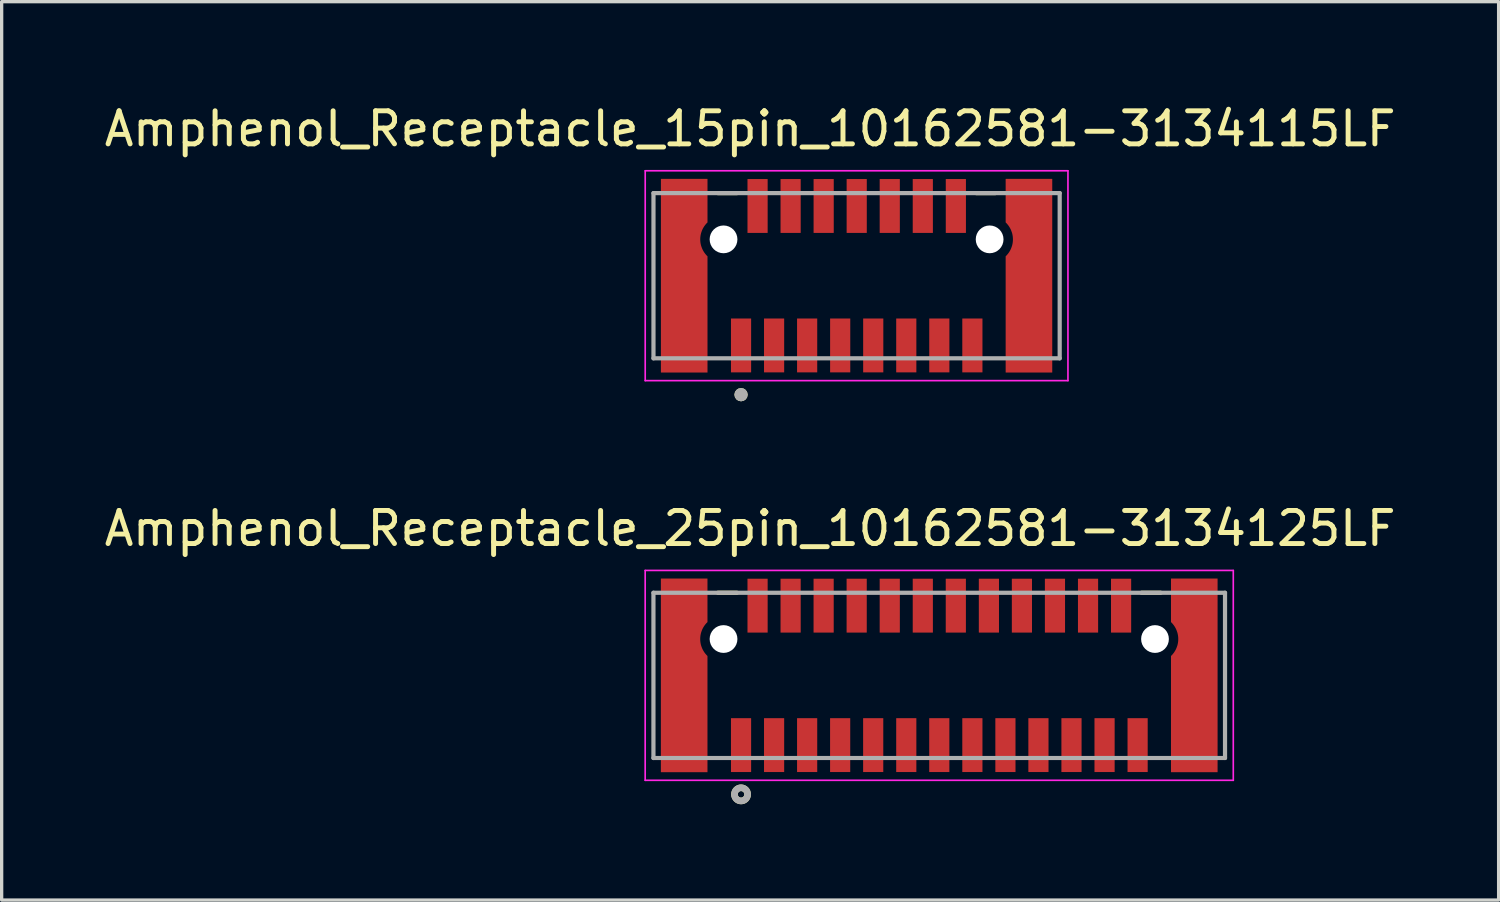
<source format=kicad_pcb>
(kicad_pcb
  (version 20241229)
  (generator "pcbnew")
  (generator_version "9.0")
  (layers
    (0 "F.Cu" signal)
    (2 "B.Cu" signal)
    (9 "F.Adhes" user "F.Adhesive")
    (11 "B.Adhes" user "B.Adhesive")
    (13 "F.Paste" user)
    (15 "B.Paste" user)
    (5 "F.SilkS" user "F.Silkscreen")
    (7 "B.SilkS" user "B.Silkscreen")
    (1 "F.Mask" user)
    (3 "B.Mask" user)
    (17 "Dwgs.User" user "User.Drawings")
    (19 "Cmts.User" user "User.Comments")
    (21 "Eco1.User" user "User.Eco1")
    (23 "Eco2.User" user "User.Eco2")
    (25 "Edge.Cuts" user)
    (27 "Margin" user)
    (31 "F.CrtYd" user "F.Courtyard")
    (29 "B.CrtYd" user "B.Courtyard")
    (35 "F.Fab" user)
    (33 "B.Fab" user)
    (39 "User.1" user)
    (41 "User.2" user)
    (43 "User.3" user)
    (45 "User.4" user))
  (footprint "Amphenol_Receptacle_25pin_10162581-3134125LF"
    (layer "F.Cu")
    (at 25.382 17.387)
    (property "Reference" "Amphenol_Receptacle_25pin_10162581-3134125LF" (at -5.734 -4.445 0) (layer "F.SilkS") (effects (font (size 1 1) (thickness 0.15))))
    (attr smd)
    (fp_poly (pts (xy -8.528 3.025) (xy -8.528 -3.025) (xy -6.928 -3.025) (xy -6.928 -1.566) (xy -6.955 -1.542) (xy -6.981 -1.517) (xy -7.003 -1.491) (xy -7.026 -1.463) (xy -7.046 -1.434) (xy -7.064 -1.403) (xy -7.082 -1.372) (xy -7.096 -1.34) (xy -7.109 -1.307) (xy -7.122 -1.273) (xy -7.13 -1.239) (xy -7.138 -1.204) (xy -7.143 -1.169) (xy -7.146 -1.134) (xy -7.146 -1.098) (xy -7.146 -1.062) (xy -7.143 -1.027) (xy -7.138 -0.992) (xy -7.13 -0.957) (xy -7.122 -0.923) (xy -7.109 -0.889) (xy -7.096 -0.856) (xy -7.082 -0.824) (xy -7.064 -0.793) (xy -7.046 -0.762) (xy -7.026 -0.733) (xy -7.003 -0.705) (xy -6.981 -0.679) (xy -6.955 -0.654) (xy -6.928 -0.63) (xy -6.928 3.025) (xy -8.528 3.025)) (stroke (width 0.01) (type solid)) (fill yes) (layer "F.Mask"))
    (fp_poly (pts (xy 6.907 -1.566) (xy 6.907 -3.025) (xy 8.508 -3.025) (xy 8.508 3.025) (xy 6.907 3.025) (xy 6.907 -0.63) (xy 6.934 -0.654) (xy 6.96 -0.679) (xy 6.982 -0.705) (xy 7.005 -0.733) (xy 7.026 -0.762) (xy 7.043 -0.793) (xy 7.061 -0.824) (xy 7.075 -0.856) (xy 7.088 -0.889) (xy 7.101 -0.923) (xy 7.109 -0.957) (xy 7.117 -0.992) (xy 7.122 -1.027) (xy 7.125 -1.062) (xy 7.125 -1.098) (xy 7.125 -1.134) (xy 7.122 -1.169) (xy 7.117 -1.204) (xy 7.109 -1.239) (xy 7.101 -1.273) (xy 7.088 -1.307) (xy 7.075 -1.34) (xy 7.061 -1.372) (xy 7.043 -1.403) (xy 7.026 -1.434) (xy 7.005 -1.463) (xy 6.982 -1.491) (xy 6.96 -1.517) (xy 6.934 -1.542) (xy 6.907 -1.566)) (stroke (width 0.01) (type solid)) (fill yes) (layer "F.Mask"))
    (fp_line (start -6.708 -2.5) (end -6.133 -2.5) (stroke (width 0.127) (type solid)) (layer "F.SilkS"))
    (fp_line (start 6.112 -2.5) (end 6.688 -2.5) (stroke (width 0.127) (type solid)) (layer "F.SilkS"))
    (fp_circle (center -6.008 3.6) (end -5.909 3.6) (stroke (width 0.2) (type solid)) (fill no) (layer "F.SilkS"))
    (fp_poly (pts (xy -8.428 -2.925) (xy -7.538 -2.925) (xy -7.538 2.925) (xy -8.428 2.925)) (stroke (width 0.01) (type solid)) (fill yes) (layer "F.Paste"))
    (fp_poly (pts (xy -6.263 1.405) (xy -5.753 1.405) (xy -5.753 2.925) (xy -6.263 2.925)) (stroke (width 0.01) (type solid)) (fill yes) (layer "F.Paste"))
    (fp_poly (pts (xy -5.763 -2.925) (xy -5.253 -2.925) (xy -5.253 -1.405) (xy -5.763 -1.405)) (stroke (width 0.01) (type solid)) (fill yes) (layer "F.Paste"))
    (fp_poly (pts (xy -5.263 1.405) (xy -4.753 1.405) (xy -4.753 2.925) (xy -5.263 2.925)) (stroke (width 0.01) (type solid)) (fill yes) (layer "F.Paste"))
    (fp_poly (pts (xy -4.763 -2.925) (xy -4.253 -2.925) (xy -4.253 -1.405) (xy -4.763 -1.405)) (stroke (width 0.01) (type solid)) (fill yes) (layer "F.Paste"))
    (fp_poly (pts (xy -4.263 1.405) (xy -3.753 1.405) (xy -3.753 2.925) (xy -4.263 2.925)) (stroke (width 0.01) (type solid)) (fill yes) (layer "F.Paste"))
    (fp_poly (pts (xy -3.764 -2.925) (xy -3.253 -2.925) (xy -3.253 -1.405) (xy -3.764 -1.405)) (stroke (width 0.01) (type solid)) (fill yes) (layer "F.Paste"))
    (fp_poly (pts (xy -3.264 1.405) (xy -2.753 1.405) (xy -2.753 2.925) (xy -3.264 2.925)) (stroke (width 0.01) (type solid)) (fill yes) (layer "F.Paste"))
    (fp_poly (pts (xy -2.764 -2.925) (xy -2.253 -2.925) (xy -2.253 -1.405) (xy -2.764 -1.405)) (stroke (width 0.01) (type solid)) (fill yes) (layer "F.Paste"))
    (fp_poly (pts (xy -2.264 1.405) (xy -1.754 1.405) (xy -1.754 2.925) (xy -2.264 2.925)) (stroke (width 0.01) (type solid)) (fill yes) (layer "F.Paste"))
    (fp_poly (pts (xy -1.764 -2.925) (xy -1.254 -2.925) (xy -1.254 -1.405) (xy -1.764 -1.405)) (stroke (width 0.01) (type solid)) (fill yes) (layer "F.Paste"))
    (fp_poly (pts (xy -1.264 1.405) (xy -0.753 1.405) (xy -0.753 2.925) (xy -1.264 2.925)) (stroke (width 0.01) (type solid)) (fill yes) (layer "F.Paste"))
    (fp_poly (pts (xy -0.763 -2.925) (xy -0.254 -2.925) (xy -0.254 -1.405) (xy -0.763 -1.405)) (stroke (width 0.01) (type solid)) (fill yes) (layer "F.Paste"))
    (fp_poly (pts (xy -0.264 1.405) (xy 0.246 1.405) (xy 0.246 2.925) (xy -0.264 2.925)) (stroke (width 0.01) (type solid)) (fill yes) (layer "F.Paste"))
    (fp_poly (pts (xy 0.236 -2.925) (xy 0.747 -2.925) (xy 0.747 -1.405) (xy 0.236 -1.405)) (stroke (width 0.01) (type solid)) (fill yes) (layer "F.Paste"))
    (fp_poly (pts (xy 0.737 1.405) (xy 1.246 1.405) (xy 1.246 2.925) (xy 0.737 2.925)) (stroke (width 0.01) (type solid)) (fill yes) (layer "F.Paste"))
    (fp_poly (pts (xy 1.236 -2.925) (xy 1.746 -2.925) (xy 1.746 -1.405) (xy 1.236 -1.405)) (stroke (width 0.01) (type solid)) (fill yes) (layer "F.Paste"))
    (fp_poly (pts (xy 1.736 1.405) (xy 2.247 1.405) (xy 2.247 2.925) (xy 1.736 2.925)) (stroke (width 0.01) (type solid)) (fill yes) (layer "F.Paste"))
    (fp_poly (pts (xy 2.236 -2.925) (xy 2.747 -2.925) (xy 2.747 -1.405) (xy 2.236 -1.405)) (stroke (width 0.01) (type solid)) (fill yes) (layer "F.Paste"))
    (fp_poly (pts (xy 2.736 1.405) (xy 3.247 1.405) (xy 3.247 2.925) (xy 2.736 2.925)) (stroke (width 0.01) (type solid)) (fill yes) (layer "F.Paste"))
    (fp_poly (pts (xy 3.236 -2.925) (xy 3.747 -2.925) (xy 3.747 -1.405) (xy 3.236 -1.405)) (stroke (width 0.01) (type solid)) (fill yes) (layer "F.Paste"))
    (fp_poly (pts (xy 3.736 1.405) (xy 4.247 1.405) (xy 4.247 2.925) (xy 3.736 2.925)) (stroke (width 0.01) (type solid)) (fill yes) (layer "F.Paste"))
    (fp_poly (pts (xy 4.237 -2.925) (xy 4.747 -2.925) (xy 4.747 -1.405) (xy 4.237 -1.405)) (stroke (width 0.01) (type solid)) (fill yes) (layer "F.Paste"))
    (fp_poly (pts (xy 4.737 1.405) (xy 5.247 1.405) (xy 5.247 2.925) (xy 4.737 2.925)) (stroke (width 0.01) (type solid)) (fill yes) (layer "F.Paste"))
    (fp_poly (pts (xy 5.237 -2.925) (xy 5.747 -2.925) (xy 5.747 -1.405) (xy 5.237 -1.405)) (stroke (width 0.01) (type solid)) (fill yes) (layer "F.Paste"))
    (fp_poly (pts (xy 5.737 1.405) (xy 6.247 1.405) (xy 6.247 2.925) (xy 5.737 2.925)) (stroke (width 0.01) (type solid)) (fill yes) (layer "F.Paste"))
    (fp_poly (pts (xy 7.518 -2.925) (xy 8.408 -2.925) (xy 8.408 2.925) (xy 7.518 2.925)) (stroke (width 0.01) (type solid)) (fill yes) (layer "F.Paste"))
    (fp_line (start -8.909 -3.175) (end 8.887 -3.175) (stroke (width 0.05) (type solid)) (layer "F.CrtYd"))
    (fp_line (start -8.909 3.175) (end -8.909 -3.175) (stroke (width 0.05) (type solid)) (layer "F.CrtYd"))
    (fp_line (start 8.887 -3.175) (end 8.887 3.175) (stroke (width 0.05) (type solid)) (layer "F.CrtYd"))
    (fp_line (start 8.887 3.175) (end -8.909 3.175) (stroke (width 0.05) (type solid)) (layer "F.CrtYd"))
    (fp_line (start -8.659 -2.5) (end -8.659 2.5) (stroke (width 0.127) (type solid)) (layer "F.Fab"))
    (fp_line (start -8.659 2.5) (end 8.637 2.5) (stroke (width 0.127) (type solid)) (layer "F.Fab"))
    (fp_line (start 8.637 -2.5) (end -8.659 -2.5) (stroke (width 0.127) (type solid)) (layer "F.Fab"))
    (fp_line (start 8.637 2.5) (end 8.637 -2.5) (stroke (width 0.127) (type solid)) (layer "F.Fab"))
    (fp_circle (center -6.008 3.6) (end -5.909 3.6) (stroke (width 0.2) (type solid)) (fill no) (layer "F.Fab"))
    (pad "" np_thru_hole circle (at -6.538 -1.1) (size 0.84 0.84) (drill 0.84) (layers "*.Cu" "*.Mask"))
    (pad "" np_thru_hole circle (at 6.518 -1.1) (size 0.84 0.84) (drill 0.84) (layers "*.Cu" "*.Mask"))
    (pad "1" smd rect (at -6.008 2.11) (size 0.61 1.63) (layers "F.Cu" "F.Mask"))
    (pad "2" smd rect (at -5.008 2.11) (size 0.61 1.63) (layers "F.Cu" "F.Mask"))
    (pad "3" smd rect (at -4.008 2.11) (size 0.61 1.63) (layers "F.Cu" "F.Mask"))
    (pad "4" smd rect (at -3.009 2.11) (size 0.61 1.63) (layers "F.Cu" "F.Mask"))
    (pad "5" smd rect (at -2.009 2.11) (size 0.61 1.63) (layers "F.Cu" "F.Mask"))
    (pad "6" smd rect (at -1.008 2.11) (size 0.61 1.63) (layers "F.Cu" "F.Mask"))
    (pad "7" smd rect (at -0.009 2.11) (size 0.61 1.63) (layers "F.Cu" "F.Mask"))
    (pad "8" smd rect (at 0.992 2.11) (size 0.61 1.63) (layers "F.Cu" "F.Mask"))
    (pad "9" smd rect (at 1.992 2.11) (size 0.61 1.63) (layers "F.Cu" "F.Mask"))
    (pad "10" smd rect (at 2.991 2.11) (size 0.61 1.63) (layers "F.Cu" "F.Mask"))
    (pad "11" smd rect (at 3.991 2.11) (size 0.61 1.63) (layers "F.Cu" "F.Mask"))
    (pad "12" smd rect (at 4.992 2.11) (size 0.61 1.63) (layers "F.Cu" "F.Mask"))
    (pad "13" smd rect (at 5.992 2.11) (size 0.61 1.63) (layers "F.Cu" "F.Mask"))
    (pad "14" smd rect (at -5.508 -2.11) (size 0.61 1.63) (layers "F.Cu" "F.Mask"))
    (pad "15" smd rect (at -4.508 -2.11) (size 0.61 1.63) (layers "F.Cu" "F.Mask"))
    (pad "16" smd rect (at -3.509 -2.11) (size 0.61 1.63) (layers "F.Cu" "F.Mask"))
    (pad "17" smd rect (at -2.509 -2.11) (size 0.61 1.63) (layers "F.Cu" "F.Mask"))
    (pad "18" smd rect (at -1.508 -2.11) (size 0.61 1.63) (layers "F.Cu" "F.Mask"))
    (pad "19" smd rect (at -0.508 -2.11) (size 0.61 1.63) (layers "F.Cu" "F.Mask"))
    (pad "20" smd rect (at 0.491 -2.11) (size 0.61 1.63) (layers "F.Cu" "F.Mask"))
    (pad "21" smd rect (at 1.492 -2.11) (size 0.61 1.63) (layers "F.Cu" "F.Mask"))
    (pad "22" smd rect (at 2.491 -2.11) (size 0.61 1.63) (layers "F.Cu" "F.Mask"))
    (pad "23" smd rect (at 3.491 -2.11) (size 0.61 1.63) (layers "F.Cu" "F.Mask"))
    (pad "24" smd rect (at 4.492 -2.11) (size 0.61 1.63) (layers "F.Cu" "F.Mask"))
    (pad "25" smd rect (at 5.492 -2.11) (size 0.61 1.63) (layers "F.Cu" "F.Mask"))
    (pad "S1" smd custom (at -7.729 0) (size 0.8 0.8) (layers "F.Cu") (options (anchor rect)) (primitives (gr_poly (pts (xy 0.7 -2.925) (xy -0.7 -2.925) (xy -0.7 2.925) (xy 0.7 2.925) (xy 0.7 -0.585) (xy 0.671 -0.614) (xy 0.646 -0.643) (xy 0.622 -0.673) (xy 0.6 -0.704) (xy 0.58 -0.736) (xy 0.561 -0.77) (xy 0.544 -0.804) (xy 0.53 -0.839) (xy 0.517 -0.875) (xy 0.505 -0.911) (xy 0.496 -0.949) (xy 0.489 -0.986) (xy 0.484 -1.024) (xy 0.481 -1.062) (xy 0.48 -1.1) (xy 0.481 -1.138) (xy 0.484 -1.176) (xy 0.489 -1.214) (xy 0.496 -1.251) (xy 0.505 -1.289) (xy 0.517 -1.325) (xy 0.53 -1.361) (xy 0.544 -1.396) (xy 0.561 -1.43) (xy 0.58 -1.464) (xy 0.6 -1.496) (xy 0.622 -1.527) (xy 0.646 -1.557) (xy 0.671 -1.586) (xy 0.7 -1.615) (xy 0.7 -2.925)) (width 0.01) (fill yes))))
    (pad "S2" smd custom (at 7.707 0) (size 0.8 0.8) (layers "F.Cu") (options (anchor rect)) (primitives (gr_poly (pts (xy 0.7 -2.925) (xy -0.7 -2.925) (xy -0.7 -1.615) (xy -0.671 -1.586) (xy -0.646 -1.557) (xy -0.622 -1.527) (xy -0.6 -1.496) (xy -0.58 -1.464) (xy -0.561 -1.43) (xy -0.544 -1.396) (xy -0.53 -1.361) (xy -0.517 -1.325) (xy -0.505 -1.289) (xy -0.496 -1.251) (xy -0.489 -1.214) (xy -0.484 -1.176) (xy -0.481 -1.138) (xy -0.48 -1.1) (xy -0.481 -1.062) (xy -0.484 -1.024) (xy -0.489 -0.986) (xy -0.496 -0.949) (xy -0.505 -0.911) (xy -0.517 -0.875) (xy -0.53 -0.839) (xy -0.544 -0.804) (xy -0.561 -0.77) (xy -0.58 -0.736) (xy -0.6 -0.704) (xy -0.622 -0.673) (xy -0.646 -0.643) (xy -0.671 -0.614) (xy -0.7 -0.585) (xy -0.7 2.925) (xy 0.7 2.925) (xy 0.7 -2.925)) (width 0.01) (fill yes)))))
  (footprint "Amphenol_Receptacle_15pin_10162581-3134115LF"
    (layer "F.Cu")
    (at 22.874 5.293)
    (property "Reference" "Amphenol_Receptacle_15pin_10162581-3134115LF" (at -3.225 -4.445 0) (layer "F.SilkS") (effects (font (size 1 1) (thickness 0.15))))
    (attr smd)
    (fp_poly (pts (xy -6.02 3.025) (xy -6.02 -3.025) (xy -4.42 -3.025) (xy -4.42 -1.566) (xy -4.447 -1.542) (xy -4.472 -1.517) (xy -4.495 -1.491) (xy -4.517 -1.463) (xy -4.538 -1.434) (xy -4.556 -1.403) (xy -4.573 -1.372) (xy -4.588 -1.34) (xy -4.601 -1.307) (xy -4.613 -1.273) (xy -4.622 -1.239) (xy -4.629 -1.204) (xy -4.634 -1.169) (xy -4.637 -1.134) (xy -4.638 -1.098) (xy -4.637 -1.062) (xy -4.634 -1.027) (xy -4.629 -0.992) (xy -4.622 -0.957) (xy -4.613 -0.923) (xy -4.601 -0.889) (xy -4.588 -0.856) (xy -4.573 -0.824) (xy -4.556 -0.793) (xy -4.538 -0.762) (xy -4.517 -0.733) (xy -4.495 -0.705) (xy -4.472 -0.679) (xy -4.447 -0.654) (xy -4.42 -0.63) (xy -4.42 3.025) (xy -6.02 3.025)) (stroke (width 0.01) (type solid)) (fill yes) (layer "F.Mask"))
    (fp_poly (pts (xy 4.412 -1.566) (xy 4.412 -3.025) (xy 6.012 -3.025) (xy 6.012 3.025) (xy 4.412 3.025) (xy 4.412 -0.63) (xy 4.439 -0.654) (xy 4.464 -0.679) (xy 4.487 -0.705) (xy 4.509 -0.733) (xy 4.53 -0.762) (xy 4.548 -0.793) (xy 4.565 -0.824) (xy 4.58 -0.856) (xy 4.593 -0.889) (xy 4.605 -0.923) (xy 4.614 -0.957) (xy 4.621 -0.992) (xy 4.626 -1.027) (xy 4.629 -1.062) (xy 4.63 -1.098) (xy 4.629 -1.134) (xy 4.626 -1.169) (xy 4.621 -1.204) (xy 4.614 -1.239) (xy 4.605 -1.273) (xy 4.593 -1.307) (xy 4.58 -1.34) (xy 4.565 -1.372) (xy 4.548 -1.403) (xy 4.53 -1.434) (xy 4.509 -1.463) (xy 4.487 -1.491) (xy 4.464 -1.517) (xy 4.439 -1.542) (xy 4.412 -1.566)) (stroke (width 0.01) (type solid)) (fill yes) (layer "F.Mask"))
    (fp_line (start -4.2 -2.5) (end -3.625 -2.5) (stroke (width 0.127) (type solid)) (layer "F.SilkS"))
    (fp_line (start 3.617 -2.5) (end 4.192 -2.5) (stroke (width 0.127) (type solid)) (layer "F.SilkS"))
    (fp_circle (center -3.5 3.6) (end -3.4 3.6) (stroke (width 0.2) (type solid)) (fill no) (layer "F.SilkS"))
    (fp_poly (pts (xy -5.92 -2.925) (xy -5.03 -2.925) (xy -5.03 2.925) (xy -5.92 2.925)) (stroke (width 0.01) (type solid)) (fill yes) (layer "F.Paste"))
    (fp_poly (pts (xy -3.755 1.405) (xy -3.245 1.405) (xy -3.245 2.925) (xy -3.755 2.925)) (stroke (width 0.01) (type solid)) (fill yes) (layer "F.Paste"))
    (fp_poly (pts (xy -3.255 -2.925) (xy -2.745 -2.925) (xy -2.745 -1.405) (xy -3.255 -1.405)) (stroke (width 0.01) (type solid)) (fill yes) (layer "F.Paste"))
    (fp_poly (pts (xy -2.755 1.405) (xy -2.245 1.405) (xy -2.245 2.925) (xy -2.755 2.925)) (stroke (width 0.01) (type solid)) (fill yes) (layer "F.Paste"))
    (fp_poly (pts (xy -2.255 -2.925) (xy -1.745 -2.925) (xy -1.745 -1.405) (xy -2.255 -1.405)) (stroke (width 0.01) (type solid)) (fill yes) (layer "F.Paste"))
    (fp_poly (pts (xy -1.755 1.405) (xy -1.245 1.405) (xy -1.245 2.925) (xy -1.755 2.925)) (stroke (width 0.01) (type solid)) (fill yes) (layer "F.Paste"))
    (fp_poly (pts (xy -1.255 -2.925) (xy -0.745 -2.925) (xy -0.745 -1.405) (xy -1.255 -1.405)) (stroke (width 0.01) (type solid)) (fill yes) (layer "F.Paste"))
    (fp_poly (pts (xy -0.755 1.405) (xy -0.245 1.405) (xy -0.245 2.925) (xy -0.755 2.925)) (stroke (width 0.01) (type solid)) (fill yes) (layer "F.Paste"))
    (fp_poly (pts (xy -0.255 -2.925) (xy 0.255 -2.925) (xy 0.255 -1.405) (xy -0.255 -1.405)) (stroke (width 0.01) (type solid)) (fill yes) (layer "F.Paste"))
    (fp_poly (pts (xy 0.245 1.405) (xy 0.755 1.405) (xy 0.755 2.925) (xy 0.245 2.925)) (stroke (width 0.01) (type solid)) (fill yes) (layer "F.Paste"))
    (fp_poly (pts (xy 0.745 -2.925) (xy 1.255 -2.925) (xy 1.255 -1.405) (xy 0.745 -1.405)) (stroke (width 0.01) (type solid)) (fill yes) (layer "F.Paste"))
    (fp_poly (pts (xy 1.245 1.405) (xy 1.755 1.405) (xy 1.755 2.925) (xy 1.245 2.925)) (stroke (width 0.01) (type solid)) (fill yes) (layer "F.Paste"))
    (fp_poly (pts (xy 1.745 -2.925) (xy 2.255 -2.925) (xy 2.255 -1.405) (xy 1.745 -1.405)) (stroke (width 0.01) (type solid)) (fill yes) (layer "F.Paste"))
    (fp_poly (pts (xy 2.245 1.405) (xy 2.755 1.405) (xy 2.755 2.925) (xy 2.245 2.925)) (stroke (width 0.01) (type solid)) (fill yes) (layer "F.Paste"))
    (fp_poly (pts (xy 2.745 -2.925) (xy 3.255 -2.925) (xy 3.255 -1.405) (xy 2.745 -1.405)) (stroke (width 0.01) (type solid)) (fill yes) (layer "F.Paste"))
    (fp_poly (pts (xy 3.245 1.405) (xy 3.755 1.405) (xy 3.755 2.925) (xy 3.245 2.925)) (stroke (width 0.01) (type solid)) (fill yes) (layer "F.Paste"))
    (fp_poly (pts (xy 5.022 -2.925) (xy 5.912 -2.925) (xy 5.912 2.925) (xy 5.022 2.925)) (stroke (width 0.01) (type solid)) (fill yes) (layer "F.Paste"))
    (fp_line (start -6.4 -3.175) (end 6.392 -3.175) (stroke (width 0.05) (type solid)) (layer "F.CrtYd"))
    (fp_line (start -6.4 3.175) (end -6.4 -3.175) (stroke (width 0.05) (type solid)) (layer "F.CrtYd"))
    (fp_line (start 6.392 -3.175) (end 6.392 3.175) (stroke (width 0.05) (type solid)) (layer "F.CrtYd"))
    (fp_line (start 6.392 3.175) (end -6.4 3.175) (stroke (width 0.05) (type solid)) (layer "F.CrtYd"))
    (fp_line (start -6.15 -2.5) (end -6.15 2.5) (stroke (width 0.127) (type solid)) (layer "F.Fab"))
    (fp_line (start -6.15 2.5) (end 6.142 2.5) (stroke (width 0.127) (type solid)) (layer "F.Fab"))
    (fp_line (start 6.142 -2.5) (end -6.15 -2.5) (stroke (width 0.127) (type solid)) (layer "F.Fab"))
    (fp_line (start 6.142 2.5) (end 6.142 -2.5) (stroke (width 0.127) (type solid)) (layer "F.Fab"))
    (fp_circle (center -3.5 3.6) (end -3.4 3.6) (stroke (width 0.2) (type solid)) (fill no) (layer "F.Fab"))
    (pad "" np_thru_hole circle (at -4.03 -1.1) (size 0.84 0.84) (drill 0.84) (layers "*.Cu" "*.Mask"))
    (pad "" np_thru_hole circle (at 4.022 -1.1) (size 0.84 0.84) (drill 0.84) (layers "*.Cu" "*.Mask"))
    (pad "1" smd rect (at -3.5 2.11) (size 0.61 1.63) (layers "F.Cu" "F.Mask"))
    (pad "2" smd rect (at -2.5 2.11) (size 0.61 1.63) (layers "F.Cu" "F.Mask"))
    (pad "3" smd rect (at -1.5 2.11) (size 0.61 1.63) (layers "F.Cu" "F.Mask"))
    (pad "4" smd rect (at -0.5 2.11) (size 0.61 1.63) (layers "F.Cu" "F.Mask"))
    (pad "5" smd rect (at 0.5 2.11) (size 0.61 1.63) (layers "F.Cu" "F.Mask"))
    (pad "6" smd rect (at 1.5 2.11) (size 0.61 1.63) (layers "F.Cu" "F.Mask"))
    (pad "7" smd rect (at 2.5 2.11) (size 0.61 1.63) (layers "F.Cu" "F.Mask"))
    (pad "8" smd rect (at 3.5 2.11) (size 0.61 1.63) (layers "F.Cu" "F.Mask"))
    (pad "9" smd rect (at -3 -2.11) (size 0.61 1.63) (layers "F.Cu" "F.Mask"))
    (pad "10" smd rect (at -2 -2.11) (size 0.61 1.63) (layers "F.Cu" "F.Mask"))
    (pad "11" smd rect (at -1 -2.11) (size 0.61 1.63) (layers "F.Cu" "F.Mask"))
    (pad "12" smd rect (at 0 -2.11) (size 0.61 1.63) (layers "F.Cu" "F.Mask"))
    (pad "13" smd rect (at 1 -2.11) (size 0.61 1.63) (layers "F.Cu" "F.Mask"))
    (pad "14" smd rect (at 2 -2.11) (size 0.61 1.63) (layers "F.Cu" "F.Mask"))
    (pad "15" smd rect (at 3 -2.11) (size 0.61 1.63) (layers "F.Cu" "F.Mask"))
    (pad "S1" smd custom (at -5.22 0) (size 0.8 0.8) (layers "F.Cu") (options (anchor rect)) (primitives (gr_poly (pts (xy 0.7 -2.925) (xy -0.7 -2.925) (xy -0.7 2.925) (xy 0.7 2.925) (xy 0.7 -0.585) (xy 0.671 -0.614) (xy 0.646 -0.643) (xy 0.622 -0.673) (xy 0.6 -0.704) (xy 0.58 -0.736) (xy 0.561 -0.77) (xy 0.544 -0.804) (xy 0.53 -0.839) (xy 0.517 -0.875) (xy 0.505 -0.911) (xy 0.496 -0.949) (xy 0.489 -0.986) (xy 0.484 -1.024) (xy 0.481 -1.062) (xy 0.48 -1.1) (xy 0.481 -1.138) (xy 0.484 -1.176) (xy 0.489 -1.214) (xy 0.496 -1.251) (xy 0.505 -1.289) (xy 0.517 -1.325) (xy 0.53 -1.361) (xy 0.544 -1.396) (xy 0.561 -1.43) (xy 0.58 -1.464) (xy 0.6 -1.496) (xy 0.622 -1.527) (xy 0.646 -1.557) (xy 0.671 -1.586) (xy 0.7 -1.615) (xy 0.7 -2.925)) (width 0.01) (fill yes))))
    (pad "S2" smd custom (at 5.212 0) (size 0.8 0.8) (layers "F.Cu") (options (anchor rect)) (primitives (gr_poly (pts (xy 0.7 -2.925) (xy -0.7 -2.925) (xy -0.7 -1.615) (xy -0.671 -1.586) (xy -0.646 -1.557) (xy -0.622 -1.527) (xy -0.6 -1.496) (xy -0.58 -1.464) (xy -0.561 -1.43) (xy -0.544 -1.396) (xy -0.53 -1.361) (xy -0.517 -1.325) (xy -0.505 -1.289) (xy -0.496 -1.251) (xy -0.489 -1.214) (xy -0.484 -1.176) (xy -0.481 -1.138) (xy -0.48 -1.1) (xy -0.481 -1.062) (xy -0.484 -1.024) (xy -0.489 -0.986) (xy -0.496 -0.949) (xy -0.505 -0.911) (xy -0.517 -0.875) (xy -0.53 -0.839) (xy -0.544 -0.804) (xy -0.561 -0.77) (xy -0.58 -0.736) (xy -0.6 -0.704) (xy -0.622 -0.673) (xy -0.646 -0.643) (xy -0.671 -0.614) (xy -0.7 -0.585) (xy -0.7 2.925) (xy 0.7 2.925) (xy 0.7 -2.925)) (width 0.01) (fill yes)))))
  (gr_rect
    (start -3 -3)
    (end 42.298 24.186)
    (stroke (width 0.1) (type default))
    (fill no)
    (layer "Edge.Cuts")))
</source>
